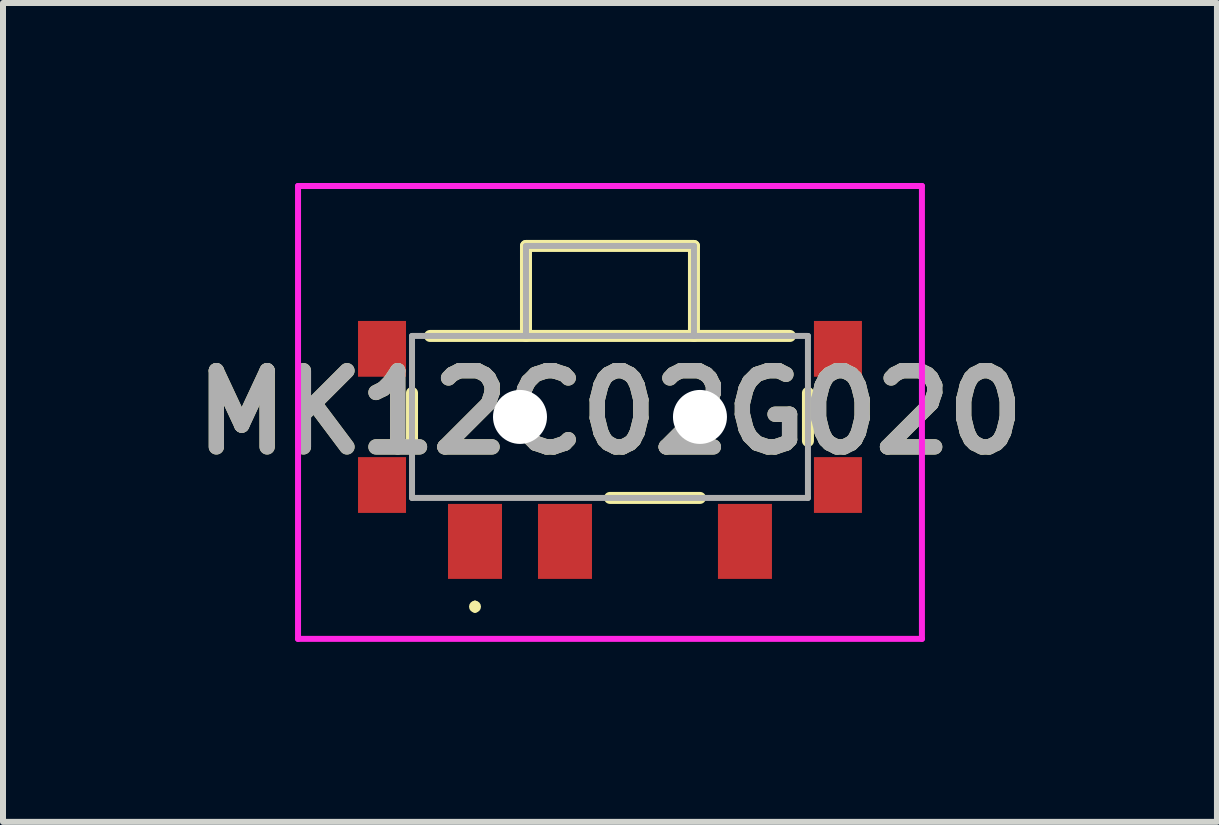
<source format=kicad_pcb>
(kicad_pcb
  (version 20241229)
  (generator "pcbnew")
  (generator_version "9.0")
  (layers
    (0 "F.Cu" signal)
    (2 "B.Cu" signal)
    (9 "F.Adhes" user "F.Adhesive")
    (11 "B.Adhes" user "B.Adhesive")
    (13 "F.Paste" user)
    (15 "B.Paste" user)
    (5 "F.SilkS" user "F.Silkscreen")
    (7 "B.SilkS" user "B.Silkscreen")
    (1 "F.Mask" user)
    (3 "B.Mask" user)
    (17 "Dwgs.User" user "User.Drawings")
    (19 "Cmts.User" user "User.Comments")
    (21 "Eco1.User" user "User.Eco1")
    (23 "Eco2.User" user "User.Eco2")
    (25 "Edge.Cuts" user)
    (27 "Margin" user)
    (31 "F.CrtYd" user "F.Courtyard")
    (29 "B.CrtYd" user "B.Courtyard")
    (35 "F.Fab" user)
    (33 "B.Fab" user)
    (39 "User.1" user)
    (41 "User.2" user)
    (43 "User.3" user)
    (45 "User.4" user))
  (footprint "MK12C02G020"
    (layer "F.Cu")
    (at 7.118 3.9)
    (property "Reference" "MK12C02G020" (at 0 -0.075 0) (layer "F.SilkS") (effects (font (size 1.27 1.27) (thickness 0.254))))
    (attr through_hole)
    (fp_line (start -3.3 -0.4) (end -3.3 0.4) (stroke (width 0.2) (type solid)) (layer "F.SilkS"))
    (fp_line (start -3 -1.35) (end 3 -1.35) (stroke (width 0.2) (type solid)) (layer "F.SilkS"))
    (fp_line (start -2.25 3.113) (end -2.25 3.113) (stroke (width 0.1) (type solid)) (layer "F.SilkS"))
    (fp_line (start -2.25 3.213) (end -2.25 3.213) (stroke (width 0.1) (type solid)) (layer "F.SilkS"))
    (fp_line (start -1.4 -2.85) (end 1.4 -2.85) (stroke (width 0.2) (type solid)) (layer "F.SilkS"))
    (fp_line (start -1.4 -1.35) (end -1.4 -2.85) (stroke (width 0.2) (type solid)) (layer "F.SilkS"))
    (fp_line (start 0 1.35) (end 1.5 1.35) (stroke (width 0.2) (type solid)) (layer "F.SilkS"))
    (fp_line (start 1.4 -2.85) (end 1.4 -1.35) (stroke (width 0.2) (type solid)) (layer "F.SilkS"))
    (fp_line (start 3.3 0.4) (end 3.3 -0.4) (stroke (width 0.2) (type solid)) (layer "F.SilkS"))
    (fp_arc (start -2.25 3.113) (mid -2.2 3.163) (end -2.25 3.213) (stroke (width 0.1) (type solid)) (layer "F.SilkS"))
    (fp_arc (start -2.25 3.213) (mid -2.3 3.163) (end -2.25 3.113) (stroke (width 0.1) (type solid)) (layer "F.SilkS"))
    (fp_line (start -5.2 -3.85) (end 5.2 -3.85) (stroke (width 0.1) (type solid)) (layer "F.CrtYd"))
    (fp_line (start -5.2 3.7) (end -5.2 -3.85) (stroke (width 0.1) (type solid)) (layer "F.CrtYd"))
    (fp_line (start 5.2 -3.85) (end 5.2 3.7) (stroke (width 0.1) (type solid)) (layer "F.CrtYd"))
    (fp_line (start 5.2 3.7) (end -5.2 3.7) (stroke (width 0.1) (type solid)) (layer "F.CrtYd"))
    (fp_line (start -3.3 -1.35) (end 3.3 -1.35) (stroke (width 0.1) (type solid)) (layer "F.Fab"))
    (fp_line (start -3.3 1.35) (end -3.3 -1.35) (stroke (width 0.1) (type solid)) (layer "F.Fab"))
    (fp_line (start -1.4 -2.85) (end 1.4 -2.85) (stroke (width 0.1) (type solid)) (layer "F.Fab"))
    (fp_line (start -1.4 -1.35) (end -1.4 -2.85) (stroke (width 0.1) (type solid)) (layer "F.Fab"))
    (fp_line (start 1.4 -2.85) (end 1.4 -1.35) (stroke (width 0.1) (type solid)) (layer "F.Fab"))
    (fp_line (start 3.3 -1.35) (end 3.3 1.35) (stroke (width 0.1) (type solid)) (layer "F.Fab"))
    (fp_line (start 3.3 1.35) (end -3.3 1.35) (stroke (width 0.1) (type solid)) (layer "F.Fab"))
    (fp_text user "${REFERENCE}" (at 0 -0.075 0) (layer "F.Fab") (effects (font (size 1.27 1.27) (thickness 0.254))))
    (pad "" np_thru_hole circle (at -1.5 0) (size 0.9 0.9) (drill 0.9) (layers "*.Cu" "*.Mask"))
    (pad "" np_thru_hole circle (at 1.5 0) (size 0.9 0.9) (drill 0.9) (layers "*.Cu" "*.Mask"))
    (pad "1" smd rect (at -2.25 2.075) (size 0.9 1.25) (layers "F.Cu" "F.Mask" "F.Paste"))
    (pad "2" smd rect (at -0.75 2.075) (size 0.9 1.25) (layers "F.Cu" "F.Mask" "F.Paste"))
    (pad "3" smd rect (at 2.25 2.075) (size 0.9 1.25) (layers "F.Cu" "F.Mask" "F.Paste"))
    (pad "MP1" smd rect (at -3.8 1.135) (size 0.8 0.93) (layers "F.Cu" "F.Mask" "F.Paste"))
    (pad "MP2" smd rect (at -3.8 -1.135) (size 0.8 0.93) (layers "F.Cu" "F.Mask" "F.Paste"))
    (pad "MP3" smd rect (at 3.8 1.135) (size 0.8 0.93) (layers "F.Cu" "F.Mask" "F.Paste"))
    (pad "MP4" smd rect (at 3.8 -1.135) (size 0.8 0.93) (layers "F.Cu" "F.Mask" "F.Paste")))
  (gr_rect
    (start -3 -3)
    (end 17.236 10.65)
    (stroke (width 0.1) (type default))
    (fill no)
    (layer "Edge.Cuts")))
</source>
